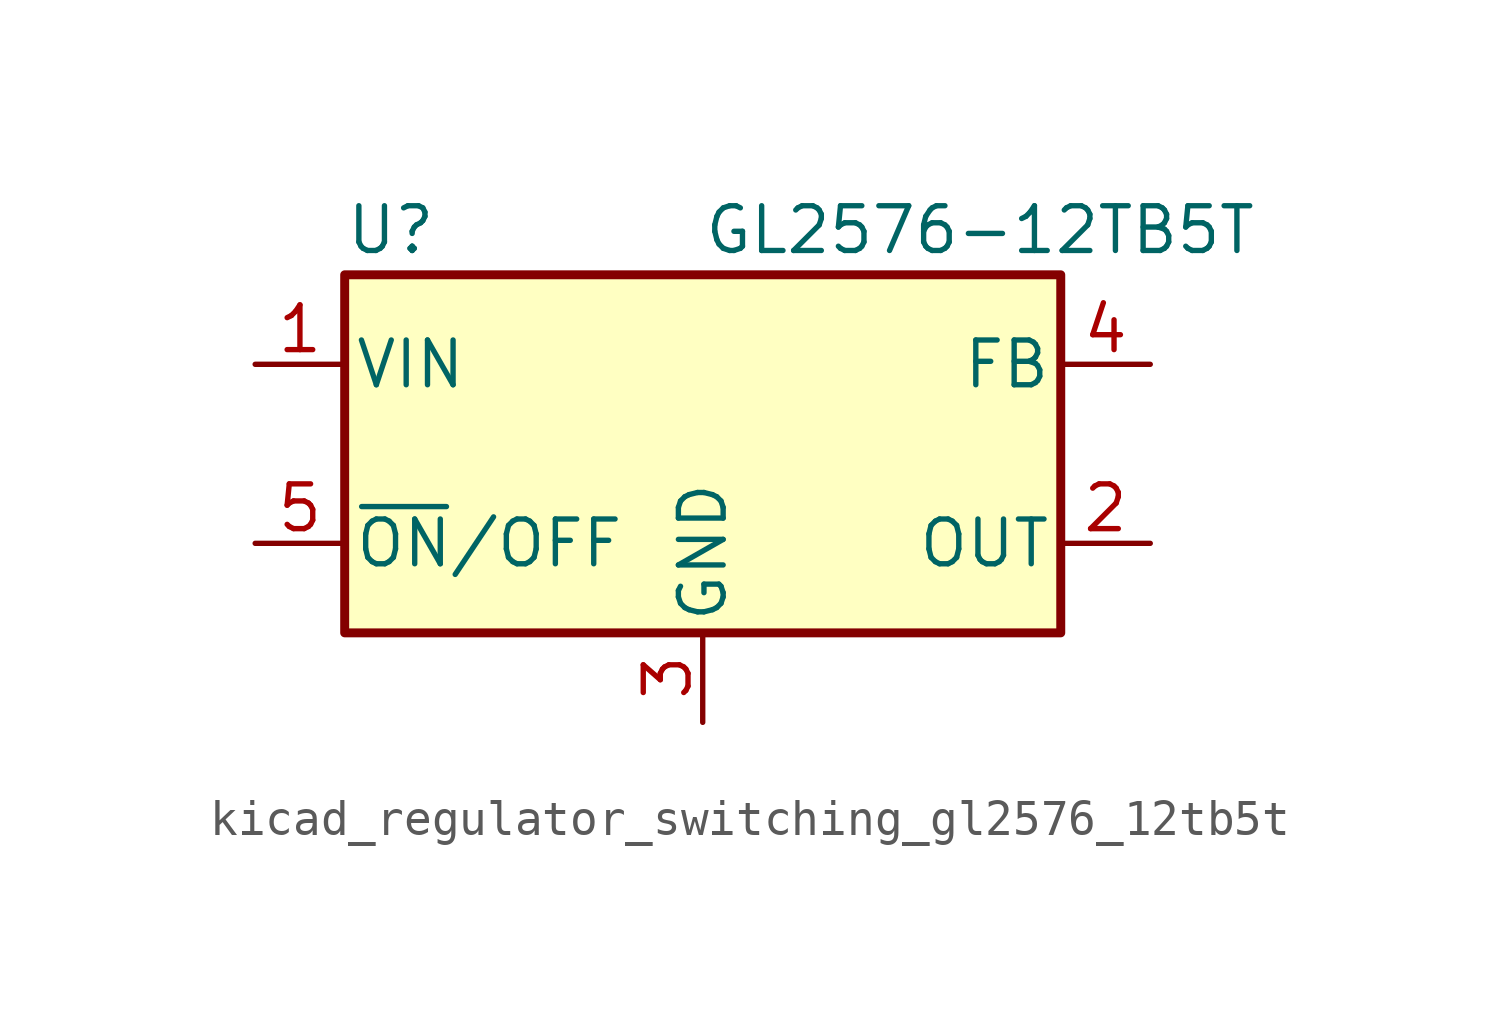
<source format=kicad_sym>
(kicad_symbol_lib
  (version 20220914)
  (generator kicad_symbol_editor)
  (symbol "kicad_regulator_switching_gl2576_12tb5t"
    (pin_names
      (offset 0.254))
    (property "Reference" "U"
      (at -10.16 6.35 0)
      (effects (font (size 1.27 1.27)) (justify left)))
    (property "Value" "GL2576-12TB5T"
      (at 0 6.35 0)
      (effects (font (size 1.27 1.27)) (justify left)))
    (symbol "kicad_regulator_switching_gl2576_12tb5t_0_1"
      (rectangle (start -10.16 5.08) (end 10.16 -5.08) (stroke (width 0.254) (type default)) (fill (type background))))
    (symbol "kicad_regulator_switching_gl2576_12tb5t_1_1"
      (pin power_in line (at -12.7 2.54 0) (length 2.54) (name "VIN" (effects (font (size 1.27 1.27)))) (number "1" (effects (font (size 1.27 1.27)))))
      (pin output line (at 12.7 -2.54 180) (length 2.54) (name "OUT" (effects (font (size 1.27 1.27)))) (number "2" (effects (font (size 1.27 1.27)))))
      (pin power_in line (at 0 -7.62 90) (length 2.54) (name "GND" (effects (font (size 1.27 1.27)))) (number "3" (effects (font (size 1.27 1.27)))))
      (pin input line (at 12.7 2.54 180) (length 2.54) (name "FB" (effects (font (size 1.27 1.27)))) (number "4" (effects (font (size 1.27 1.27)))))
      (pin input line (at -12.7 -2.54 0) (length 2.54) (name "~{ON}/OFF" (effects (font (size 1.27 1.27)))) (number "5" (effects (font (size 1.27 1.27))))))))
</source>
